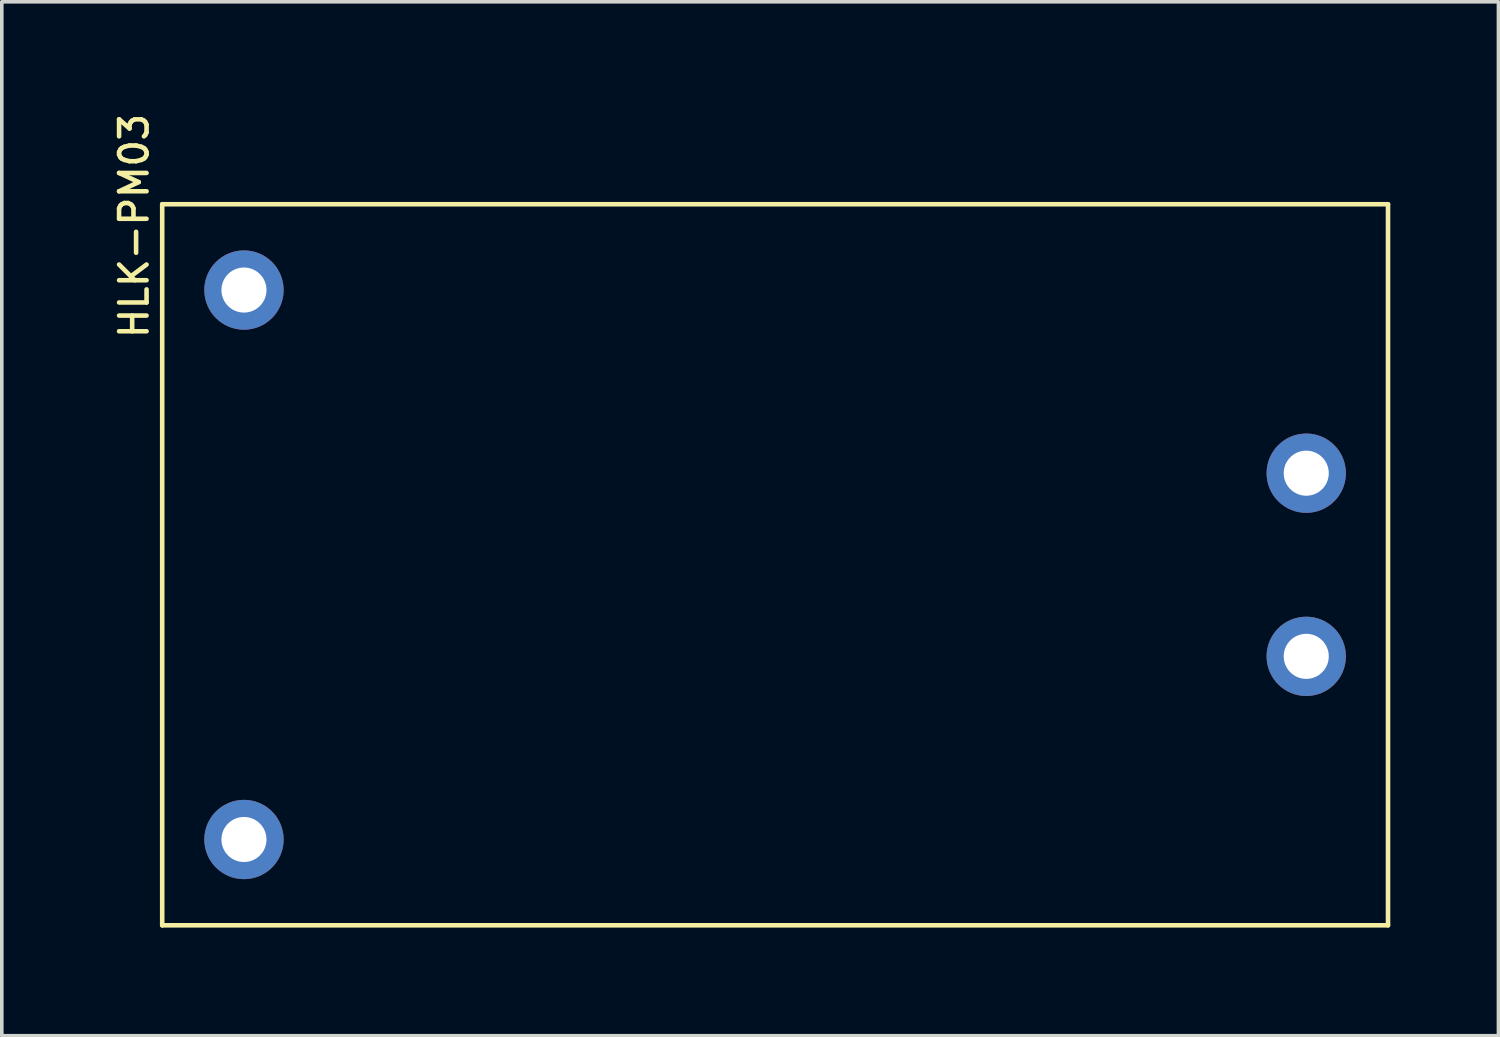
<source format=kicad_pcb>
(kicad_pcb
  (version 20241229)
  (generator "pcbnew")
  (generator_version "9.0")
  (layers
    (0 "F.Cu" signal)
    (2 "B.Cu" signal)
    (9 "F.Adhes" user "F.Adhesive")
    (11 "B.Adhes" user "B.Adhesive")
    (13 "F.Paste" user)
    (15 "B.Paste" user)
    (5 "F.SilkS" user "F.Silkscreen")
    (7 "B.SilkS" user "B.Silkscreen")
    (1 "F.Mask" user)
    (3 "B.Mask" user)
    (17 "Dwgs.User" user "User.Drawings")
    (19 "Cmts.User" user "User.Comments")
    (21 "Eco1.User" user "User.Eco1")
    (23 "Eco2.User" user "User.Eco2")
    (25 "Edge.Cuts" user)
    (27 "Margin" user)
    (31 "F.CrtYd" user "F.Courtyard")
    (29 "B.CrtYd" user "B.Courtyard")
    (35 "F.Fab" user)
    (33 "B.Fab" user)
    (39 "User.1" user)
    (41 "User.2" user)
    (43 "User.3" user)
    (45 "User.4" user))
  (footprint "HLK-PM03"
    (layer "F.Cu")
    (at 18.449 12.615)
    (property "Reference" "HLK-PM03" (at -17.78 -9.398 90) (layer "F.SilkS") (effects (font (size 0.762 0.762) (thickness 0.127))))
    (attr through_hole)
    (fp_line (start -17 -10) (end -17 10) (stroke (width 0.127) (type solid)) (layer "F.SilkS"))
    (fp_line (start -17 10) (end 17 10) (stroke (width 0.127) (type solid)) (layer "F.SilkS"))
    (fp_line (start 17 -10) (end -17 -10) (stroke (width 0.127) (type solid)) (layer "F.SilkS"))
    (fp_line (start 17 10) (end 17 -10) (stroke (width 0.127) (type solid)) (layer "F.SilkS"))
    (pad "1" thru_hole circle (at -14.732 -7.62) (size 2.2 2.2) (drill 1.25) (layers "*.Cu" "*.Mask"))
    (pad "2" thru_hole circle (at -14.732 7.62) (size 2.2 2.2) (drill 1.25) (layers "*.Cu" "*.Mask"))
    (pad "3" thru_hole circle (at 14.732 -2.54) (size 2.2 2.2) (drill 1.25) (layers "*.Cu" "*.Mask"))
    (pad "4" thru_hole circle (at 14.732 2.54) (size 2.2 2.2) (drill 1.25) (layers "*.Cu" "*.Mask")))
  (gr_rect
    (start -3 -3)
    (end 38.512 25.678)
    (stroke (width 0.1) (type default))
    (fill no)
    (layer "Edge.Cuts")))
</source>
